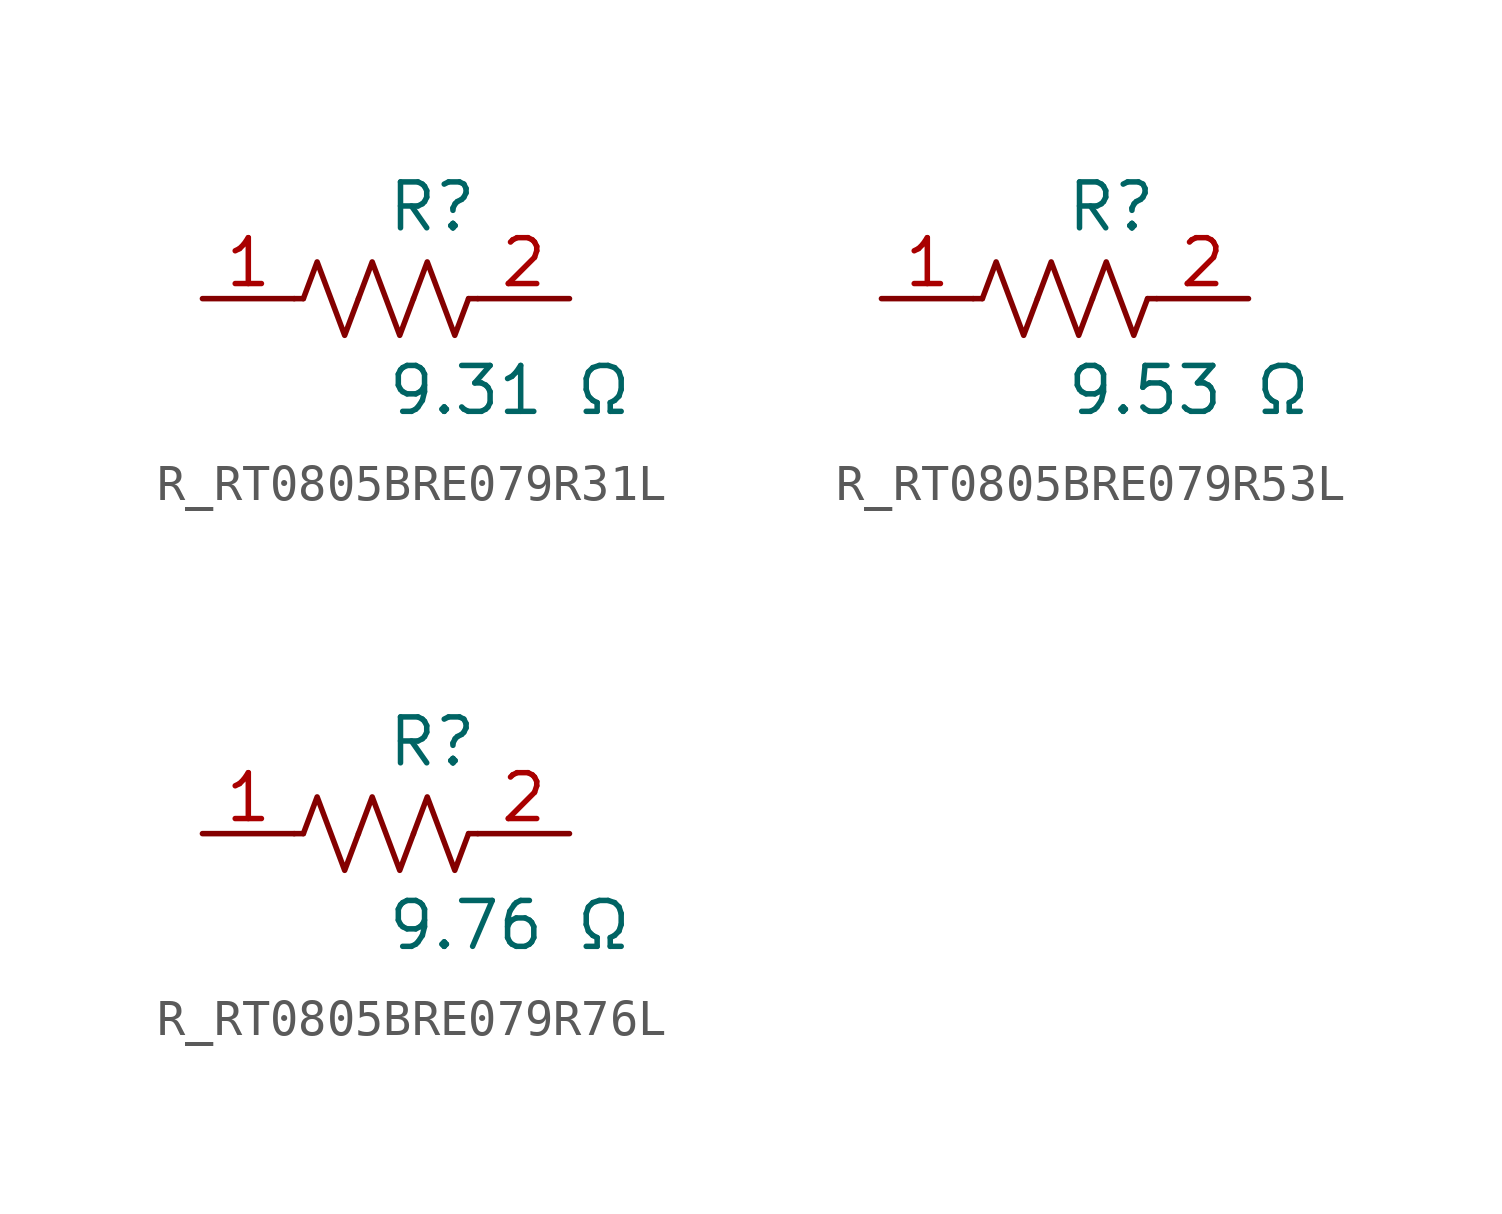
<source format=kicad_sym>
(kicad_symbol_lib
  (version 20231120)
  (generator kicad_symbol_editor)
  (generator_version 8.0)
  (symbol "R_RT0805BRE079R31L"
    (pin_names
      (offset 0.254))
    (property "Reference" "R"
      (at 0.0 2.54 0)
      (effects (font (size 1.27 1.27)) (justify left)))
    (property "Value" "9.31 Ω"
      (at 0.0 -2.54 0)
      (effects (font (size 1.27 1.27)) (justify left)))
    (symbol "R_RT0805BRE079R31L_0_1"
      (polyline (pts (xy 2.286 0) (xy 2.54 0)) (stroke (width 0) (type default)) (fill (type none)))
      (polyline (pts (xy -2.286 0) (xy -2.54 0)) (stroke (width 0) (type default)) (fill (type none)))
      (polyline (pts (xy 0.762 0) (xy 1.143 1.016) (xy 1.524 0) (xy 1.905 -1.016) (xy 2.286 0)) (stroke (width 0) (type default)) (fill (type none)))
      (polyline (pts (xy -0.762 0) (xy -0.381 1.016) (xy 0 0) (xy 0.381 -1.016) (xy 0.762 0)) (stroke (width 0) (type default)) (fill (type none)))
      (polyline (pts (xy -2.286 0) (xy -1.905 1.016) (xy -1.524 0) (xy -1.143 -1.016) (xy -0.762 0)) (stroke (width 0) (type default)) (fill (type none))))
    (pin unspecified line
      (at -5.08 0 0)
      (length 2.54)
      (name "" (effects (font (size 1.27 1.27))))
      (number "1" (effects (font (size 1.27 1.27)))))
    (pin unspecified line
      (at 5.08 0 180)
      (length 2.54)
      (name "" (effects (font (size 1.27 1.27))))
      (number "2" (effects (font (size 1.27 1.27))))))
  (symbol "R_RT0805BRE079R53L"
    (pin_names
      (offset 0.254))
    (property "Reference" "R"
      (at 0.0 2.54 0)
      (effects (font (size 1.27 1.27)) (justify left)))
    (property "Value" "9.53 Ω"
      (at 0.0 -2.54 0)
      (effects (font (size 1.27 1.27)) (justify left)))
    (symbol "R_RT0805BRE079R53L_0_1"
      (polyline (pts (xy 2.286 0) (xy 2.54 0)) (stroke (width 0) (type default)) (fill (type none)))
      (polyline (pts (xy -2.286 0) (xy -2.54 0)) (stroke (width 0) (type default)) (fill (type none)))
      (polyline (pts (xy 0.762 0) (xy 1.143 1.016) (xy 1.524 0) (xy 1.905 -1.016) (xy 2.286 0)) (stroke (width 0) (type default)) (fill (type none)))
      (polyline (pts (xy -0.762 0) (xy -0.381 1.016) (xy 0 0) (xy 0.381 -1.016) (xy 0.762 0)) (stroke (width 0) (type default)) (fill (type none)))
      (polyline (pts (xy -2.286 0) (xy -1.905 1.016) (xy -1.524 0) (xy -1.143 -1.016) (xy -0.762 0)) (stroke (width 0) (type default)) (fill (type none))))
    (pin unspecified line
      (at -5.08 0 0)
      (length 2.54)
      (name "" (effects (font (size 1.27 1.27))))
      (number "1" (effects (font (size 1.27 1.27)))))
    (pin unspecified line
      (at 5.08 0 180)
      (length 2.54)
      (name "" (effects (font (size 1.27 1.27))))
      (number "2" (effects (font (size 1.27 1.27))))))
  (symbol "R_RT0805BRE079R76L"
    (pin_names
      (offset 0.254))
    (property "Reference" "R"
      (at 0.0 2.54 0)
      (effects (font (size 1.27 1.27)) (justify left)))
    (property "Value" "9.76 Ω"
      (at 0.0 -2.54 0)
      (effects (font (size 1.27 1.27)) (justify left)))
    (symbol "R_RT0805BRE079R76L_0_1"
      (polyline (pts (xy 2.286 0) (xy 2.54 0)) (stroke (width 0) (type default)) (fill (type none)))
      (polyline (pts (xy -2.286 0) (xy -2.54 0)) (stroke (width 0) (type default)) (fill (type none)))
      (polyline (pts (xy 0.762 0) (xy 1.143 1.016) (xy 1.524 0) (xy 1.905 -1.016) (xy 2.286 0)) (stroke (width 0) (type default)) (fill (type none)))
      (polyline (pts (xy -0.762 0) (xy -0.381 1.016) (xy 0 0) (xy 0.381 -1.016) (xy 0.762 0)) (stroke (width 0) (type default)) (fill (type none)))
      (polyline (pts (xy -2.286 0) (xy -1.905 1.016) (xy -1.524 0) (xy -1.143 -1.016) (xy -0.762 0)) (stroke (width 0) (type default)) (fill (type none))))
    (pin unspecified line
      (at -5.08 0 0)
      (length 2.54)
      (name "" (effects (font (size 1.27 1.27))))
      (number "1" (effects (font (size 1.27 1.27)))))
    (pin unspecified line
      (at 5.08 0 180)
      (length 2.54)
      (name "" (effects (font (size 1.27 1.27))))
      (number "2" (effects (font (size 1.27 1.27)))))))
</source>
